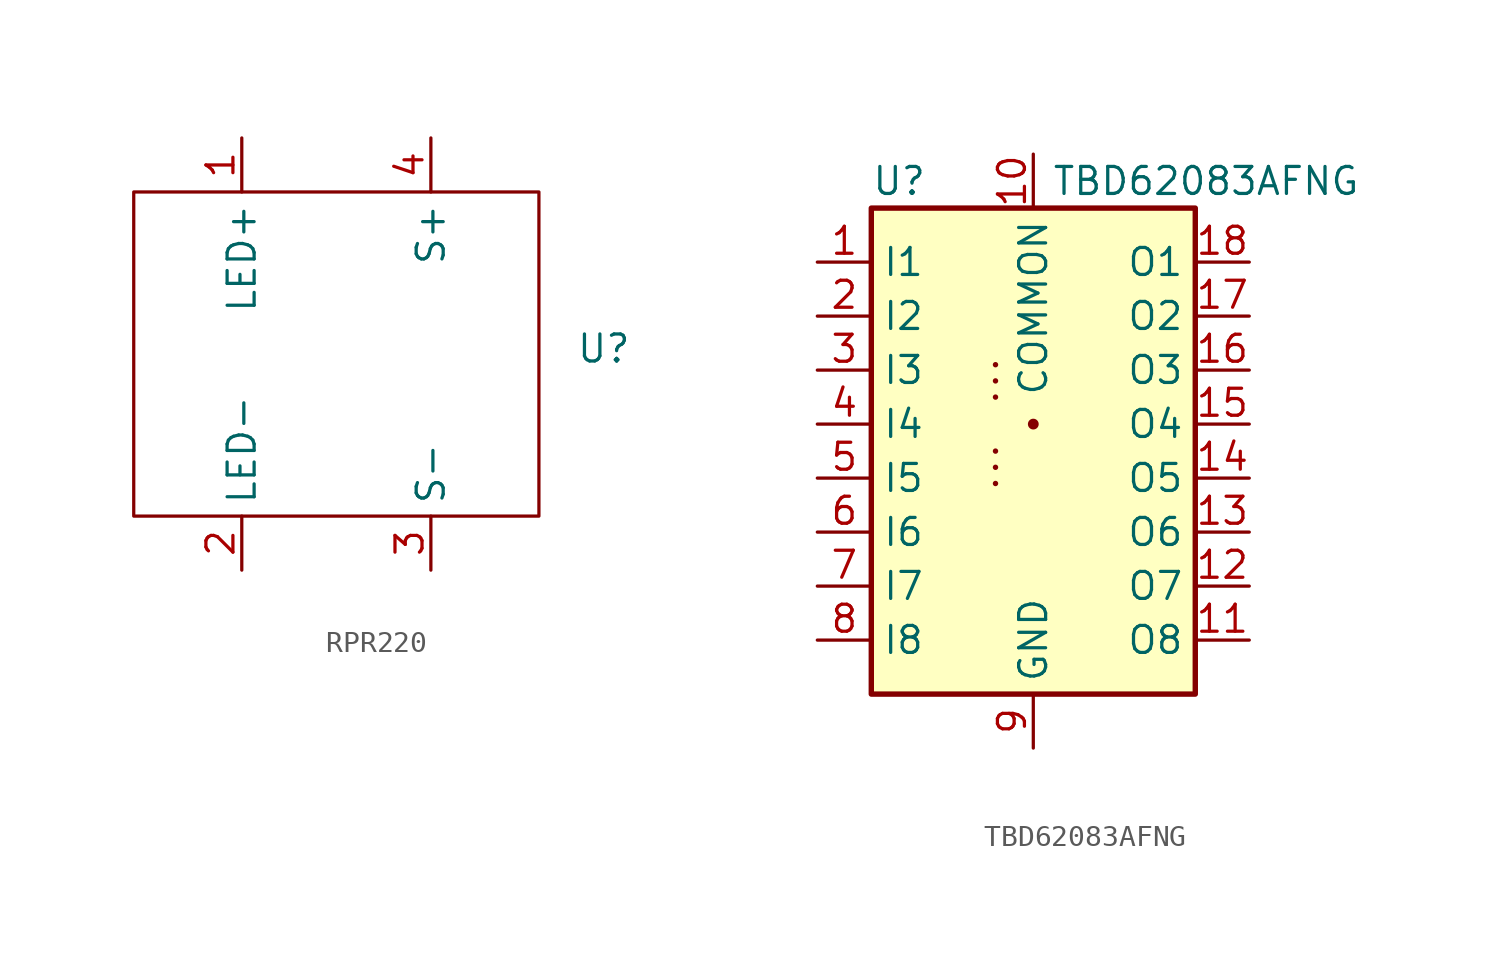
<source format=kicad_sym>
(kicad_symbol_lib
  (version 20241209)
  (generator "kicad_symbol_editor")
  (generator_version "9.0")
  (symbol "RPR220"
    (property "Reference" "U"
      (at 11.938 0.254 0)
      (effects (font (size 1.27 1.27))))
    (property "Value" ""
      (at 0 0 0)
      (effects (font (size 1.27 1.27))))
    (symbol "RPR220_0_1"
      (rectangle (start -10.16 7.62) (end 8.89 -7.62) (stroke (width 0) (type default)) (fill (type none))))
    (symbol "RPR220_1_1"
      (pin power_in line (at -5.08 10.16 270) (length 2.54) (name "LED+" (effects (font (size 1.27 1.27)))) (number "1" (effects (font (size 1.27 1.27)))))
      (pin power_in line (at -5.08 -10.16 90) (length 2.54) (name "LED-" (effects (font (size 1.27 1.27)))) (number "2" (effects (font (size 1.27 1.27)))))
      (pin output line (at 3.81 10.16 270) (length 2.54) (name "S+" (effects (font (size 1.27 1.27)))) (number "4" (effects (font (size 1.27 1.27)))))
      (pin output line (at 3.81 -10.16 90) (length 2.54) (name "S-" (effects (font (size 1.27 1.27)))) (number "3" (effects (font (size 1.27 1.27)))))))
  (symbol "TBD62083AFNG"
    (property "Reference" "U"
      (at -7.62 11.43 0)
      (effects (font (size 1.27 1.27)) (justify left)))
    (property "Value" "TBD62083AFNG"
      (at 8.128 11.43 0)
      (effects (font (size 1.27 1.27))))
    (symbol "TBD62083AFNG_0_1"
      (rectangle (start -7.62 10.16) (end 7.62 -12.7) (stroke (width 0.254) (type default)) (fill (type background)))
      (polyline (pts (xy -1.778 2.794) (xy -1.778 2.794)) (stroke (width 0.254) (type default)) (fill (type none)))
      (polyline (pts (xy -1.778 2.032) (xy -1.778 2.032)) (stroke (width 0.254) (type default)) (fill (type none)))
      (polyline (pts (xy -1.778 1.27) (xy -1.778 1.27)) (stroke (width 0.254) (type default)) (fill (type none)))
      (polyline (pts (xy -1.778 -1.27) (xy -1.778 -1.27)) (stroke (width 0.254) (type default)) (fill (type none)))
      (polyline (pts (xy -1.778 -2.032) (xy -1.778 -2.032)) (stroke (width 0.254) (type default)) (fill (type none)))
      (polyline (pts (xy -1.778 -2.794) (xy -1.778 -2.794)) (stroke (width 0.254) (type default)) (fill (type none)))
      (polyline (pts (xy 0 0) (xy 0 0)) (stroke (width 0.508) (type default)) (fill (type none))))
    (symbol "TBD62083AFNG_1_1"
      (pin input line (at -10.16 7.62 0) (length 2.54) (name "I1" (effects (font (size 1.27 1.27)))) (number "1" (effects (font (size 1.27 1.27)))))
      (pin input line (at -10.16 5.08 0) (length 2.54) (name "I2" (effects (font (size 1.27 1.27)))) (number "2" (effects (font (size 1.27 1.27)))))
      (pin input line (at -10.16 2.54 0) (length 2.54) (name "I3" (effects (font (size 1.27 1.27)))) (number "3" (effects (font (size 1.27 1.27)))))
      (pin input line (at -10.16 0 0) (length 2.54) (name "I4" (effects (font (size 1.27 1.27)))) (number "4" (effects (font (size 1.27 1.27)))))
      (pin input line (at -10.16 -2.54 0) (length 2.54) (name "I5" (effects (font (size 1.27 1.27)))) (number "5" (effects (font (size 1.27 1.27)))))
      (pin input line (at -10.16 -5.08 0) (length 2.54) (name "I6" (effects (font (size 1.27 1.27)))) (number "6" (effects (font (size 1.27 1.27)))))
      (pin input line (at -10.16 -7.62 0) (length 2.54) (name "I7" (effects (font (size 1.27 1.27)))) (number "7" (effects (font (size 1.27 1.27)))))
      (pin input line (at -10.16 -10.16 0) (length 2.54) (name "I8" (effects (font (size 1.27 1.27)))) (number "8" (effects (font (size 1.27 1.27)))))
      (pin power_in line (at 0 12.7 270) (length 2.54) (name "COMMON" (effects (font (size 1.27 1.27)))) (number "10" (effects (font (size 1.27 1.27)))))
      (pin power_in line (at 0 -15.24 90) (length 2.54) (name "GND" (effects (font (size 1.27 1.27)))) (number "9" (effects (font (size 1.27 1.27)))))
      (pin open_collector line (at 10.16 7.62 180) (length 2.54) (name "O1" (effects (font (size 1.27 1.27)))) (number "18" (effects (font (size 1.27 1.27)))))
      (pin open_collector line (at 10.16 5.08 180) (length 2.54) (name "O2" (effects (font (size 1.27 1.27)))) (number "17" (effects (font (size 1.27 1.27)))))
      (pin open_collector line (at 10.16 2.54 180) (length 2.54) (name "O3" (effects (font (size 1.27 1.27)))) (number "16" (effects (font (size 1.27 1.27)))))
      (pin open_collector line (at 10.16 0 180) (length 2.54) (name "O4" (effects (font (size 1.27 1.27)))) (number "15" (effects (font (size 1.27 1.27)))))
      (pin open_collector line (at 10.16 -2.54 180) (length 2.54) (name "O5" (effects (font (size 1.27 1.27)))) (number "14" (effects (font (size 1.27 1.27)))))
      (pin open_collector line (at 10.16 -5.08 180) (length 2.54) (name "O6" (effects (font (size 1.27 1.27)))) (number "13" (effects (font (size 1.27 1.27)))))
      (pin open_collector line (at 10.16 -7.62 180) (length 2.54) (name "O7" (effects (font (size 1.27 1.27)))) (number "12" (effects (font (size 1.27 1.27)))))
      (pin open_collector line (at 10.16 -10.16 180) (length 2.54) (name "O8" (effects (font (size 1.27 1.27)))) (number "11" (effects (font (size 1.27 1.27))))))))
</source>
